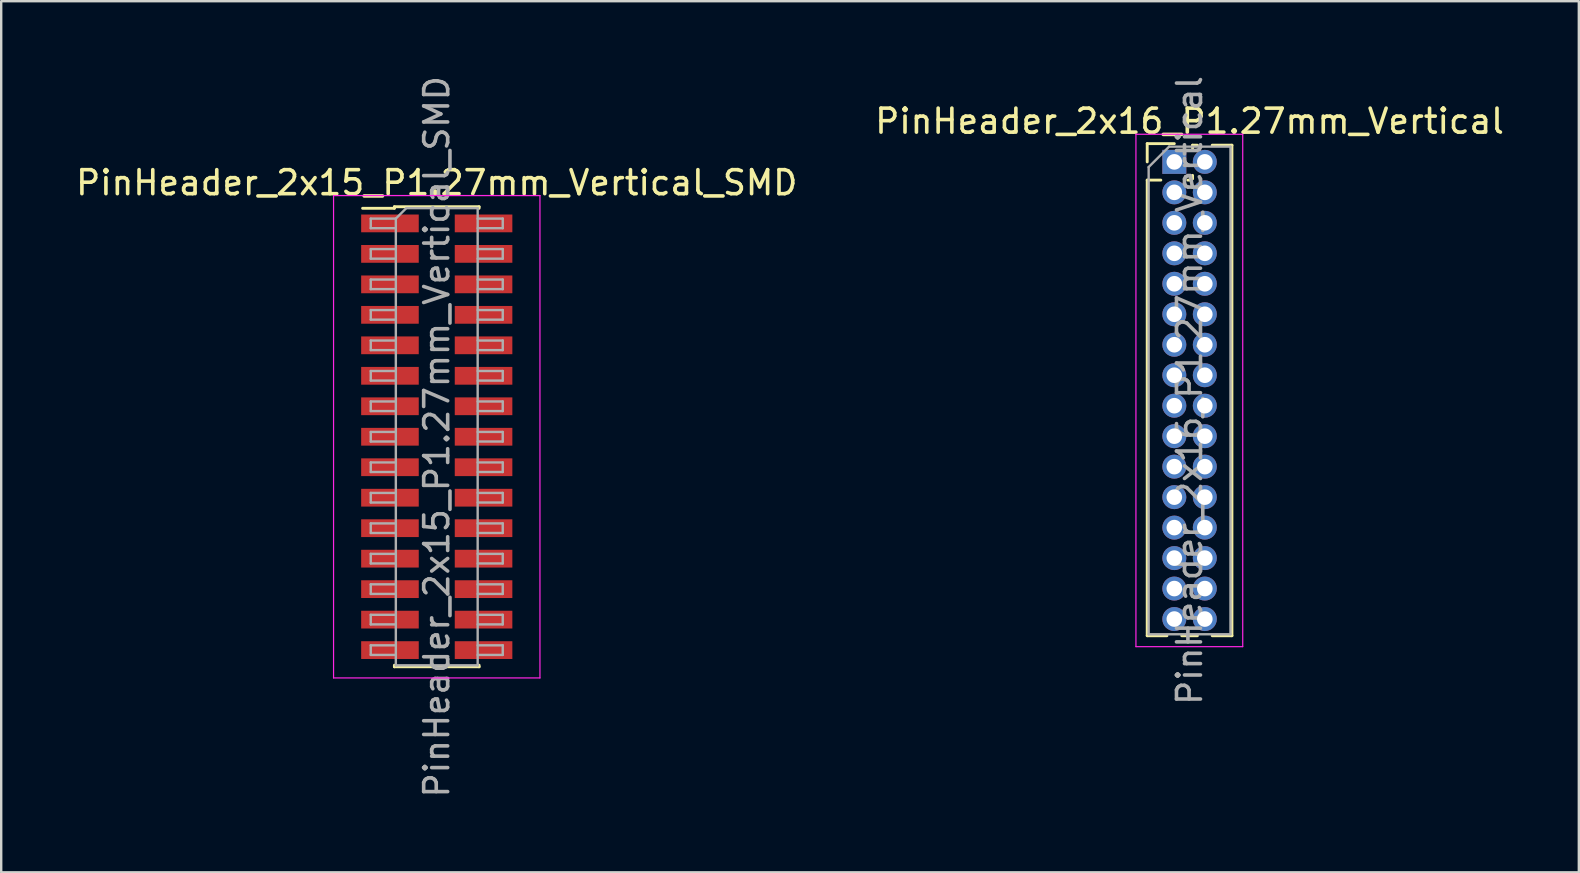
<source format=kicad_pcb>
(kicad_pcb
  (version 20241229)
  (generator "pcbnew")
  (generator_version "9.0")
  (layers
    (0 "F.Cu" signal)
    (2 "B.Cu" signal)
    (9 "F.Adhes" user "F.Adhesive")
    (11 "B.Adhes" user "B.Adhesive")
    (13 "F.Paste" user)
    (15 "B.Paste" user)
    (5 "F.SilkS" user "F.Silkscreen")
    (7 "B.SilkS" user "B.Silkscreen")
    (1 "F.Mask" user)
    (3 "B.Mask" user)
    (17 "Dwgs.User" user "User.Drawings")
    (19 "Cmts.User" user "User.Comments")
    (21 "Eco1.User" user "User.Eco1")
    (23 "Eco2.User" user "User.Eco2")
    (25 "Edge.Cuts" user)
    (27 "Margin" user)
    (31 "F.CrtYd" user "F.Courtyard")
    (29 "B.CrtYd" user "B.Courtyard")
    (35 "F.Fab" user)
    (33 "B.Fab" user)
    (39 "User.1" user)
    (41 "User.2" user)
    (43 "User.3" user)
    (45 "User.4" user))
  (footprint "PinHeader_2x16_P1.27mm_Vertical"
    (layer "F.Cu")
    (at 45.883 3.695)
    (property "Reference" "PinHeader_2x16_P1.27mm_Vertical" (at 0.635 -1.695 0) (layer "F.SilkS") (effects (font (size 1 1) (thickness 0.15))))
    (attr through_hole)
    (fp_line (start -1.13 -0.76) (end 0 -0.76) (stroke (width 0.12) (type solid)) (layer "F.SilkS"))
    (fp_line (start -1.13 0) (end -1.13 -0.76) (stroke (width 0.12) (type solid)) (layer "F.SilkS"))
    (fp_line (start -1.13 0.76) (end -1.13 19.745) (stroke (width 0.12) (type solid)) (layer "F.SilkS"))
    (fp_line (start -1.13 0.76) (end -0.563 0.76) (stroke (width 0.12) (type solid)) (layer "F.SilkS"))
    (fp_line (start -1.13 19.745) (end -0.308 19.745) (stroke (width 0.12) (type solid)) (layer "F.SilkS"))
    (fp_line (start 0.308 19.745) (end 0.962 19.745) (stroke (width 0.12) (type solid)) (layer "F.SilkS"))
    (fp_line (start 0.563 0.76) (end 0.707 0.76) (stroke (width 0.12) (type solid)) (layer "F.SilkS"))
    (fp_line (start 0.76 -0.695) (end 0.962 -0.695) (stroke (width 0.12) (type solid)) (layer "F.SilkS"))
    (fp_line (start 0.76 -0.563) (end 0.76 -0.695) (stroke (width 0.12) (type solid)) (layer "F.SilkS"))
    (fp_line (start 0.76 0.707) (end 0.76 0.563) (stroke (width 0.12) (type solid)) (layer "F.SilkS"))
    (fp_line (start 1.578 -0.695) (end 2.4 -0.695) (stroke (width 0.12) (type solid)) (layer "F.SilkS"))
    (fp_line (start 1.578 19.745) (end 2.4 19.745) (stroke (width 0.12) (type solid)) (layer "F.SilkS"))
    (fp_line (start 2.4 -0.695) (end 2.4 19.745) (stroke (width 0.12) (type solid)) (layer "F.SilkS"))
    (fp_line (start -1.6 -1.15) (end -1.6 20.2) (stroke (width 0.05) (type solid)) (layer "F.CrtYd"))
    (fp_line (start -1.6 20.2) (end 2.85 20.2) (stroke (width 0.05) (type solid)) (layer "F.CrtYd"))
    (fp_line (start 2.85 -1.15) (end -1.6 -1.15) (stroke (width 0.05) (type solid)) (layer "F.CrtYd"))
    (fp_line (start 2.85 20.2) (end 2.85 -1.15) (stroke (width 0.05) (type solid)) (layer "F.CrtYd"))
    (fp_line (start -1.07 0.217) (end -0.217 -0.635) (stroke (width 0.1) (type solid)) (layer "F.Fab"))
    (fp_line (start -1.07 19.685) (end -1.07 0.217) (stroke (width 0.1) (type solid)) (layer "F.Fab"))
    (fp_line (start -0.217 -0.635) (end 2.34 -0.635) (stroke (width 0.1) (type solid)) (layer "F.Fab"))
    (fp_line (start 2.34 -0.635) (end 2.34 19.685) (stroke (width 0.1) (type solid)) (layer "F.Fab"))
    (fp_line (start 2.34 19.685) (end -1.07 19.685) (stroke (width 0.1) (type solid)) (layer "F.Fab"))
    (fp_text user "${REFERENCE}" (at 0.635 9.525 90) (layer "F.Fab") (effects (font (size 1 1) (thickness 0.15))))
    (pad "1" thru_hole rect (at 0 0) (size 1 1) (drill 0.65) (layers "*.Cu" "*.Mask"))
    (pad "2" thru_hole oval (at 1.27 0) (size 1 1) (drill 0.65) (layers "*.Cu" "*.Mask"))
    (pad "3" thru_hole oval (at 0 1.27) (size 1 1) (drill 0.65) (layers "*.Cu" "*.Mask"))
    (pad "4" thru_hole oval (at 1.27 1.27) (size 1 1) (drill 0.65) (layers "*.Cu" "*.Mask"))
    (pad "5" thru_hole oval (at 0 2.54) (size 1 1) (drill 0.65) (layers "*.Cu" "*.Mask"))
    (pad "6" thru_hole oval (at 1.27 2.54) (size 1 1) (drill 0.65) (layers "*.Cu" "*.Mask"))
    (pad "7" thru_hole oval (at 0 3.81) (size 1 1) (drill 0.65) (layers "*.Cu" "*.Mask"))
    (pad "8" thru_hole oval (at 1.27 3.81) (size 1 1) (drill 0.65) (layers "*.Cu" "*.Mask"))
    (pad "9" thru_hole oval (at 0 5.08) (size 1 1) (drill 0.65) (layers "*.Cu" "*.Mask"))
    (pad "10" thru_hole oval (at 1.27 5.08) (size 1 1) (drill 0.65) (layers "*.Cu" "*.Mask"))
    (pad "11" thru_hole oval (at 0 6.35) (size 1 1) (drill 0.65) (layers "*.Cu" "*.Mask"))
    (pad "12" thru_hole oval (at 1.27 6.35) (size 1 1) (drill 0.65) (layers "*.Cu" "*.Mask"))
    (pad "13" thru_hole oval (at 0 7.62) (size 1 1) (drill 0.65) (layers "*.Cu" "*.Mask"))
    (pad "14" thru_hole oval (at 1.27 7.62) (size 1 1) (drill 0.65) (layers "*.Cu" "*.Mask"))
    (pad "15" thru_hole oval (at 0 8.89) (size 1 1) (drill 0.65) (layers "*.Cu" "*.Mask"))
    (pad "16" thru_hole oval (at 1.27 8.89) (size 1 1) (drill 0.65) (layers "*.Cu" "*.Mask"))
    (pad "17" thru_hole oval (at 0 10.16) (size 1 1) (drill 0.65) (layers "*.Cu" "*.Mask"))
    (pad "18" thru_hole oval (at 1.27 10.16) (size 1 1) (drill 0.65) (layers "*.Cu" "*.Mask"))
    (pad "19" thru_hole oval (at 0 11.43) (size 1 1) (drill 0.65) (layers "*.Cu" "*.Mask"))
    (pad "20" thru_hole oval (at 1.27 11.43) (size 1 1) (drill 0.65) (layers "*.Cu" "*.Mask"))
    (pad "21" thru_hole oval (at 0 12.7) (size 1 1) (drill 0.65) (layers "*.Cu" "*.Mask"))
    (pad "22" thru_hole oval (at 1.27 12.7) (size 1 1) (drill 0.65) (layers "*.Cu" "*.Mask"))
    (pad "23" thru_hole oval (at 0 13.97) (size 1 1) (drill 0.65) (layers "*.Cu" "*.Mask"))
    (pad "24" thru_hole oval (at 1.27 13.97) (size 1 1) (drill 0.65) (layers "*.Cu" "*.Mask"))
    (pad "25" thru_hole oval (at 0 15.24) (size 1 1) (drill 0.65) (layers "*.Cu" "*.Mask"))
    (pad "26" thru_hole oval (at 1.27 15.24) (size 1 1) (drill 0.65) (layers "*.Cu" "*.Mask"))
    (pad "27" thru_hole oval (at 0 16.51) (size 1 1) (drill 0.65) (layers "*.Cu" "*.Mask"))
    (pad "28" thru_hole oval (at 1.27 16.51) (size 1 1) (drill 0.65) (layers "*.Cu" "*.Mask"))
    (pad "29" thru_hole oval (at 0 17.78) (size 1 1) (drill 0.65) (layers "*.Cu" "*.Mask"))
    (pad "30" thru_hole oval (at 1.27 17.78) (size 1 1) (drill 0.65) (layers "*.Cu" "*.Mask"))
    (pad "31" thru_hole oval (at 0 19.05) (size 1 1) (drill 0.65) (layers "*.Cu" "*.Mask"))
    (pad "32" thru_hole oval (at 1.27 19.05) (size 1 1) (drill 0.65) (layers "*.Cu" "*.Mask")))
  (footprint "PinHeader_2x15_P1.27mm_Vertical_SMD"
    (layer "F.Cu")
    (at 15.149 15.149)
    (property "Reference" "PinHeader_2x15_P1.27mm_Vertical_SMD" (at 0 -10.585 0) (layer "F.SilkS") (effects (font (size 1 1) (thickness 0.15))))
    (attr smd)
    (fp_line (start -3.09 -9.52) (end -1.765 -9.52) (stroke (width 0.12) (type solid)) (layer "F.SilkS"))
    (fp_line (start -1.765 -9.585) (end -1.765 -9.52) (stroke (width 0.12) (type solid)) (layer "F.SilkS"))
    (fp_line (start -1.765 -9.585) (end 1.765 -9.585) (stroke (width 0.12) (type solid)) (layer "F.SilkS"))
    (fp_line (start -1.765 9.52) (end -1.765 9.585) (stroke (width 0.12) (type solid)) (layer "F.SilkS"))
    (fp_line (start -1.765 9.585) (end 1.765 9.585) (stroke (width 0.12) (type solid)) (layer "F.SilkS"))
    (fp_line (start 1.765 -9.585) (end 1.765 -9.52) (stroke (width 0.12) (type solid)) (layer "F.SilkS"))
    (fp_line (start 1.765 9.52) (end 1.765 9.585) (stroke (width 0.12) (type solid)) (layer "F.SilkS"))
    (fp_line (start -4.3 -10.05) (end -4.3 10.05) (stroke (width 0.05) (type solid)) (layer "F.CrtYd"))
    (fp_line (start -4.3 10.05) (end 4.3 10.05) (stroke (width 0.05) (type solid)) (layer "F.CrtYd"))
    (fp_line (start 4.3 -10.05) (end -4.3 -10.05) (stroke (width 0.05) (type solid)) (layer "F.CrtYd"))
    (fp_line (start 4.3 10.05) (end 4.3 -10.05) (stroke (width 0.05) (type solid)) (layer "F.CrtYd"))
    (fp_line (start -2.75 -9.09) (end -2.75 -8.69) (stroke (width 0.1) (type solid)) (layer "F.Fab"))
    (fp_line (start -2.75 -8.69) (end -1.705 -8.69) (stroke (width 0.1) (type solid)) (layer "F.Fab"))
    (fp_line (start -2.75 -7.82) (end -2.75 -7.42) (stroke (width 0.1) (type solid)) (layer "F.Fab"))
    (fp_line (start -2.75 -7.42) (end -1.705 -7.42) (stroke (width 0.1) (type solid)) (layer "F.Fab"))
    (fp_line (start -2.75 -6.55) (end -2.75 -6.15) (stroke (width 0.1) (type solid)) (layer "F.Fab"))
    (fp_line (start -2.75 -6.15) (end -1.705 -6.15) (stroke (width 0.1) (type solid)) (layer "F.Fab"))
    (fp_line (start -2.75 -5.28) (end -2.75 -4.88) (stroke (width 0.1) (type solid)) (layer "F.Fab"))
    (fp_line (start -2.75 -4.88) (end -1.705 -4.88) (stroke (width 0.1) (type solid)) (layer "F.Fab"))
    (fp_line (start -2.75 -4.01) (end -2.75 -3.61) (stroke (width 0.1) (type solid)) (layer "F.Fab"))
    (fp_line (start -2.75 -3.61) (end -1.705 -3.61) (stroke (width 0.1) (type solid)) (layer "F.Fab"))
    (fp_line (start -2.75 -2.74) (end -2.75 -2.34) (stroke (width 0.1) (type solid)) (layer "F.Fab"))
    (fp_line (start -2.75 -2.34) (end -1.705 -2.34) (stroke (width 0.1) (type solid)) (layer "F.Fab"))
    (fp_line (start -2.75 -1.47) (end -2.75 -1.07) (stroke (width 0.1) (type solid)) (layer "F.Fab"))
    (fp_line (start -2.75 -1.07) (end -1.705 -1.07) (stroke (width 0.1) (type solid)) (layer "F.Fab"))
    (fp_line (start -2.75 -0.2) (end -2.75 0.2) (stroke (width 0.1) (type solid)) (layer "F.Fab"))
    (fp_line (start -2.75 0.2) (end -1.705 0.2) (stroke (width 0.1) (type solid)) (layer "F.Fab"))
    (fp_line (start -2.75 1.07) (end -2.75 1.47) (stroke (width 0.1) (type solid)) (layer "F.Fab"))
    (fp_line (start -2.75 1.47) (end -1.705 1.47) (stroke (width 0.1) (type solid)) (layer "F.Fab"))
    (fp_line (start -2.75 2.34) (end -2.75 2.74) (stroke (width 0.1) (type solid)) (layer "F.Fab"))
    (fp_line (start -2.75 2.74) (end -1.705 2.74) (stroke (width 0.1) (type solid)) (layer "F.Fab"))
    (fp_line (start -2.75 3.61) (end -2.75 4.01) (stroke (width 0.1) (type solid)) (layer "F.Fab"))
    (fp_line (start -2.75 4.01) (end -1.705 4.01) (stroke (width 0.1) (type solid)) (layer "F.Fab"))
    (fp_line (start -2.75 4.88) (end -2.75 5.28) (stroke (width 0.1) (type solid)) (layer "F.Fab"))
    (fp_line (start -2.75 5.28) (end -1.705 5.28) (stroke (width 0.1) (type solid)) (layer "F.Fab"))
    (fp_line (start -2.75 6.15) (end -2.75 6.55) (stroke (width 0.1) (type solid)) (layer "F.Fab"))
    (fp_line (start -2.75 6.55) (end -1.705 6.55) (stroke (width 0.1) (type solid)) (layer "F.Fab"))
    (fp_line (start -2.75 7.42) (end -2.75 7.82) (stroke (width 0.1) (type solid)) (layer "F.Fab"))
    (fp_line (start -2.75 7.82) (end -1.705 7.82) (stroke (width 0.1) (type solid)) (layer "F.Fab"))
    (fp_line (start -2.75 8.69) (end -2.75 9.09) (stroke (width 0.1) (type solid)) (layer "F.Fab"))
    (fp_line (start -2.75 9.09) (end -1.705 9.09) (stroke (width 0.1) (type solid)) (layer "F.Fab"))
    (fp_line (start -1.705 -9.09) (end -2.75 -9.09) (stroke (width 0.1) (type solid)) (layer "F.Fab"))
    (fp_line (start -1.705 -9.09) (end -1.27 -9.525) (stroke (width 0.1) (type solid)) (layer "F.Fab"))
    (fp_line (start -1.705 -7.82) (end -2.75 -7.82) (stroke (width 0.1) (type solid)) (layer "F.Fab"))
    (fp_line (start -1.705 -6.55) (end -2.75 -6.55) (stroke (width 0.1) (type solid)) (layer "F.Fab"))
    (fp_line (start -1.705 -5.28) (end -2.75 -5.28) (stroke (width 0.1) (type solid)) (layer "F.Fab"))
    (fp_line (start -1.705 -4.01) (end -2.75 -4.01) (stroke (width 0.1) (type solid)) (layer "F.Fab"))
    (fp_line (start -1.705 -2.74) (end -2.75 -2.74) (stroke (width 0.1) (type solid)) (layer "F.Fab"))
    (fp_line (start -1.705 -1.47) (end -2.75 -1.47) (stroke (width 0.1) (type solid)) (layer "F.Fab"))
    (fp_line (start -1.705 -0.2) (end -2.75 -0.2) (stroke (width 0.1) (type solid)) (layer "F.Fab"))
    (fp_line (start -1.705 1.07) (end -2.75 1.07) (stroke (width 0.1) (type solid)) (layer "F.Fab"))
    (fp_line (start -1.705 2.34) (end -2.75 2.34) (stroke (width 0.1) (type solid)) (layer "F.Fab"))
    (fp_line (start -1.705 3.61) (end -2.75 3.61) (stroke (width 0.1) (type solid)) (layer "F.Fab"))
    (fp_line (start -1.705 4.88) (end -2.75 4.88) (stroke (width 0.1) (type solid)) (layer "F.Fab"))
    (fp_line (start -1.705 6.15) (end -2.75 6.15) (stroke (width 0.1) (type solid)) (layer "F.Fab"))
    (fp_line (start -1.705 7.42) (end -2.75 7.42) (stroke (width 0.1) (type solid)) (layer "F.Fab"))
    (fp_line (start -1.705 8.69) (end -2.75 8.69) (stroke (width 0.1) (type solid)) (layer "F.Fab"))
    (fp_line (start -1.705 9.525) (end -1.705 -9.09) (stroke (width 0.1) (type solid)) (layer "F.Fab"))
    (fp_line (start -1.27 -9.525) (end 1.705 -9.525) (stroke (width 0.1) (type solid)) (layer "F.Fab"))
    (fp_line (start 1.705 -9.525) (end 1.705 9.525) (stroke (width 0.1) (type solid)) (layer "F.Fab"))
    (fp_line (start 1.705 -9.09) (end 2.75 -9.09) (stroke (width 0.1) (type solid)) (layer "F.Fab"))
    (fp_line (start 1.705 -7.82) (end 2.75 -7.82) (stroke (width 0.1) (type solid)) (layer "F.Fab"))
    (fp_line (start 1.705 -6.55) (end 2.75 -6.55) (stroke (width 0.1) (type solid)) (layer "F.Fab"))
    (fp_line (start 1.705 -5.28) (end 2.75 -5.28) (stroke (width 0.1) (type solid)) (layer "F.Fab"))
    (fp_line (start 1.705 -4.01) (end 2.75 -4.01) (stroke (width 0.1) (type solid)) (layer "F.Fab"))
    (fp_line (start 1.705 -2.74) (end 2.75 -2.74) (stroke (width 0.1) (type solid)) (layer "F.Fab"))
    (fp_line (start 1.705 -1.47) (end 2.75 -1.47) (stroke (width 0.1) (type solid)) (layer "F.Fab"))
    (fp_line (start 1.705 -0.2) (end 2.75 -0.2) (stroke (width 0.1) (type solid)) (layer "F.Fab"))
    (fp_line (start 1.705 1.07) (end 2.75 1.07) (stroke (width 0.1) (type solid)) (layer "F.Fab"))
    (fp_line (start 1.705 2.34) (end 2.75 2.34) (stroke (width 0.1) (type solid)) (layer "F.Fab"))
    (fp_line (start 1.705 3.61) (end 2.75 3.61) (stroke (width 0.1) (type solid)) (layer "F.Fab"))
    (fp_line (start 1.705 4.88) (end 2.75 4.88) (stroke (width 0.1) (type solid)) (layer "F.Fab"))
    (fp_line (start 1.705 6.15) (end 2.75 6.15) (stroke (width 0.1) (type solid)) (layer "F.Fab"))
    (fp_line (start 1.705 7.42) (end 2.75 7.42) (stroke (width 0.1) (type solid)) (layer "F.Fab"))
    (fp_line (start 1.705 8.69) (end 2.75 8.69) (stroke (width 0.1) (type solid)) (layer "F.Fab"))
    (fp_line (start 1.705 9.525) (end -1.705 9.525) (stroke (width 0.1) (type solid)) (layer "F.Fab"))
    (fp_line (start 2.75 -9.09) (end 2.75 -8.69) (stroke (width 0.1) (type solid)) (layer "F.Fab"))
    (fp_line (start 2.75 -8.69) (end 1.705 -8.69) (stroke (width 0.1) (type solid)) (layer "F.Fab"))
    (fp_line (start 2.75 -7.82) (end 2.75 -7.42) (stroke (width 0.1) (type solid)) (layer "F.Fab"))
    (fp_line (start 2.75 -7.42) (end 1.705 -7.42) (stroke (width 0.1) (type solid)) (layer "F.Fab"))
    (fp_line (start 2.75 -6.55) (end 2.75 -6.15) (stroke (width 0.1) (type solid)) (layer "F.Fab"))
    (fp_line (start 2.75 -6.15) (end 1.705 -6.15) (stroke (width 0.1) (type solid)) (layer "F.Fab"))
    (fp_line (start 2.75 -5.28) (end 2.75 -4.88) (stroke (width 0.1) (type solid)) (layer "F.Fab"))
    (fp_line (start 2.75 -4.88) (end 1.705 -4.88) (stroke (width 0.1) (type solid)) (layer "F.Fab"))
    (fp_line (start 2.75 -4.01) (end 2.75 -3.61) (stroke (width 0.1) (type solid)) (layer "F.Fab"))
    (fp_line (start 2.75 -3.61) (end 1.705 -3.61) (stroke (width 0.1) (type solid)) (layer "F.Fab"))
    (fp_line (start 2.75 -2.74) (end 2.75 -2.34) (stroke (width 0.1) (type solid)) (layer "F.Fab"))
    (fp_line (start 2.75 -2.34) (end 1.705 -2.34) (stroke (width 0.1) (type solid)) (layer "F.Fab"))
    (fp_line (start 2.75 -1.47) (end 2.75 -1.07) (stroke (width 0.1) (type solid)) (layer "F.Fab"))
    (fp_line (start 2.75 -1.07) (end 1.705 -1.07) (stroke (width 0.1) (type solid)) (layer "F.Fab"))
    (fp_line (start 2.75 -0.2) (end 2.75 0.2) (stroke (width 0.1) (type solid)) (layer "F.Fab"))
    (fp_line (start 2.75 0.2) (end 1.705 0.2) (stroke (width 0.1) (type solid)) (layer "F.Fab"))
    (fp_line (start 2.75 1.07) (end 2.75 1.47) (stroke (width 0.1) (type solid)) (layer "F.Fab"))
    (fp_line (start 2.75 1.47) (end 1.705 1.47) (stroke (width 0.1) (type solid)) (layer "F.Fab"))
    (fp_line (start 2.75 2.34) (end 2.75 2.74) (stroke (width 0.1) (type solid)) (layer "F.Fab"))
    (fp_line (start 2.75 2.74) (end 1.705 2.74) (stroke (width 0.1) (type solid)) (layer "F.Fab"))
    (fp_line (start 2.75 3.61) (end 2.75 4.01) (stroke (width 0.1) (type solid)) (layer "F.Fab"))
    (fp_line (start 2.75 4.01) (end 1.705 4.01) (stroke (width 0.1) (type solid)) (layer "F.Fab"))
    (fp_line (start 2.75 4.88) (end 2.75 5.28) (stroke (width 0.1) (type solid)) (layer "F.Fab"))
    (fp_line (start 2.75 5.28) (end 1.705 5.28) (stroke (width 0.1) (type solid)) (layer "F.Fab"))
    (fp_line (start 2.75 6.15) (end 2.75 6.55) (stroke (width 0.1) (type solid)) (layer "F.Fab"))
    (fp_line (start 2.75 6.55) (end 1.705 6.55) (stroke (width 0.1) (type solid)) (layer "F.Fab"))
    (fp_line (start 2.75 7.42) (end 2.75 7.82) (stroke (width 0.1) (type solid)) (layer "F.Fab"))
    (fp_line (start 2.75 7.82) (end 1.705 7.82) (stroke (width 0.1) (type solid)) (layer "F.Fab"))
    (fp_line (start 2.75 8.69) (end 2.75 9.09) (stroke (width 0.1) (type solid)) (layer "F.Fab"))
    (fp_line (start 2.75 9.09) (end 1.705 9.09) (stroke (width 0.1) (type solid)) (layer "F.Fab"))
    (fp_text user "${REFERENCE}" (at 0 0 90) (layer "F.Fab") (effects (font (size 1 1) (thickness 0.15))))
    (pad "1" smd rect (at -1.95 -8.89) (size 2.4 0.74) (layers "F.Cu" "F.Mask" "F.Paste"))
    (pad "2" smd rect (at 1.95 -8.89) (size 2.4 0.74) (layers "F.Cu" "F.Mask" "F.Paste"))
    (pad "3" smd rect (at -1.95 -7.62) (size 2.4 0.74) (layers "F.Cu" "F.Mask" "F.Paste"))
    (pad "4" smd rect (at 1.95 -7.62) (size 2.4 0.74) (layers "F.Cu" "F.Mask" "F.Paste"))
    (pad "5" smd rect (at -1.95 -6.35) (size 2.4 0.74) (layers "F.Cu" "F.Mask" "F.Paste"))
    (pad "6" smd rect (at 1.95 -6.35) (size 2.4 0.74) (layers "F.Cu" "F.Mask" "F.Paste"))
    (pad "7" smd rect (at -1.95 -5.08) (size 2.4 0.74) (layers "F.Cu" "F.Mask" "F.Paste"))
    (pad "8" smd rect (at 1.95 -5.08) (size 2.4 0.74) (layers "F.Cu" "F.Mask" "F.Paste"))
    (pad "9" smd rect (at -1.95 -3.81) (size 2.4 0.74) (layers "F.Cu" "F.Mask" "F.Paste"))
    (pad "10" smd rect (at 1.95 -3.81) (size 2.4 0.74) (layers "F.Cu" "F.Mask" "F.Paste"))
    (pad "11" smd rect (at -1.95 -2.54) (size 2.4 0.74) (layers "F.Cu" "F.Mask" "F.Paste"))
    (pad "12" smd rect (at 1.95 -2.54) (size 2.4 0.74) (layers "F.Cu" "F.Mask" "F.Paste"))
    (pad "13" smd rect (at -1.95 -1.27) (size 2.4 0.74) (layers "F.Cu" "F.Mask" "F.Paste"))
    (pad "14" smd rect (at 1.95 -1.27) (size 2.4 0.74) (layers "F.Cu" "F.Mask" "F.Paste"))
    (pad "15" smd rect (at -1.95 0) (size 2.4 0.74) (layers "F.Cu" "F.Mask" "F.Paste"))
    (pad "16" smd rect (at 1.95 0) (size 2.4 0.74) (layers "F.Cu" "F.Mask" "F.Paste"))
    (pad "17" smd rect (at -1.95 1.27) (size 2.4 0.74) (layers "F.Cu" "F.Mask" "F.Paste"))
    (pad "18" smd rect (at 1.95 1.27) (size 2.4 0.74) (layers "F.Cu" "F.Mask" "F.Paste"))
    (pad "19" smd rect (at -1.95 2.54) (size 2.4 0.74) (layers "F.Cu" "F.Mask" "F.Paste"))
    (pad "20" smd rect (at 1.95 2.54) (size 2.4 0.74) (layers "F.Cu" "F.Mask" "F.Paste"))
    (pad "21" smd rect (at -1.95 3.81) (size 2.4 0.74) (layers "F.Cu" "F.Mask" "F.Paste"))
    (pad "22" smd rect (at 1.95 3.81) (size 2.4 0.74) (layers "F.Cu" "F.Mask" "F.Paste"))
    (pad "23" smd rect (at -1.95 5.08) (size 2.4 0.74) (layers "F.Cu" "F.Mask" "F.Paste"))
    (pad "24" smd rect (at 1.95 5.08) (size 2.4 0.74) (layers "F.Cu" "F.Mask" "F.Paste"))
    (pad "25" smd rect (at -1.95 6.35) (size 2.4 0.74) (layers "F.Cu" "F.Mask" "F.Paste"))
    (pad "26" smd rect (at 1.95 6.35) (size 2.4 0.74) (layers "F.Cu" "F.Mask" "F.Paste"))
    (pad "27" smd rect (at -1.95 7.62) (size 2.4 0.74) (layers "F.Cu" "F.Mask" "F.Paste"))
    (pad "28" smd rect (at 1.95 7.62) (size 2.4 0.74) (layers "F.Cu" "F.Mask" "F.Paste"))
    (pad "29" smd rect (at -1.95 8.89) (size 2.4 0.74) (layers "F.Cu" "F.Mask" "F.Paste"))
    (pad "30" smd rect (at 1.95 8.89) (size 2.4 0.74) (layers "F.Cu" "F.Mask" "F.Paste")))
  (gr_rect
    (start -3 -3)
    (end 62.738 33.298)
    (stroke (width 0.1) (type default))
    (fill no)
    (layer "Edge.Cuts")))
</source>
